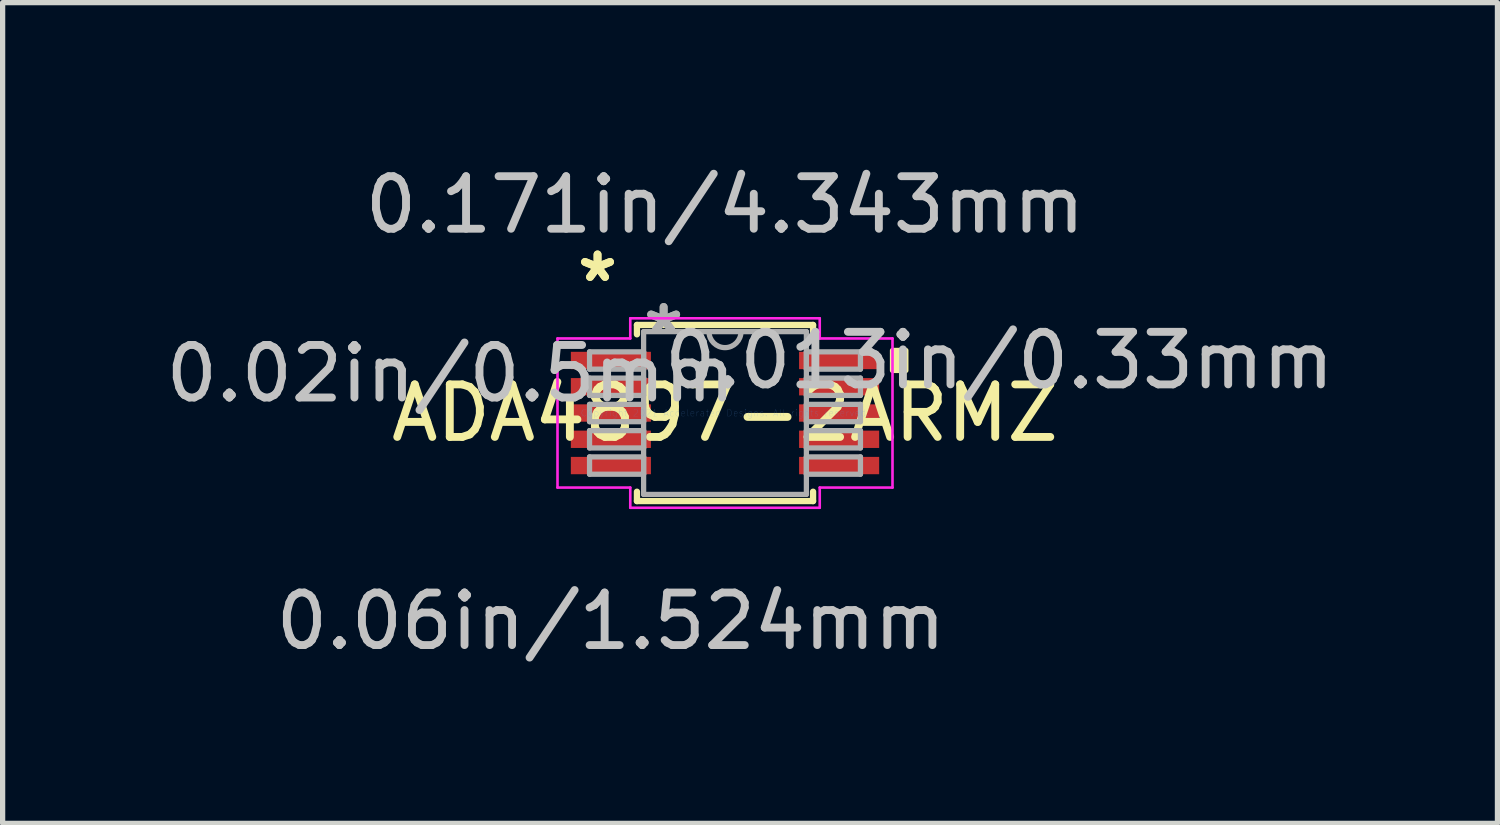
<source format=kicad_pcb>
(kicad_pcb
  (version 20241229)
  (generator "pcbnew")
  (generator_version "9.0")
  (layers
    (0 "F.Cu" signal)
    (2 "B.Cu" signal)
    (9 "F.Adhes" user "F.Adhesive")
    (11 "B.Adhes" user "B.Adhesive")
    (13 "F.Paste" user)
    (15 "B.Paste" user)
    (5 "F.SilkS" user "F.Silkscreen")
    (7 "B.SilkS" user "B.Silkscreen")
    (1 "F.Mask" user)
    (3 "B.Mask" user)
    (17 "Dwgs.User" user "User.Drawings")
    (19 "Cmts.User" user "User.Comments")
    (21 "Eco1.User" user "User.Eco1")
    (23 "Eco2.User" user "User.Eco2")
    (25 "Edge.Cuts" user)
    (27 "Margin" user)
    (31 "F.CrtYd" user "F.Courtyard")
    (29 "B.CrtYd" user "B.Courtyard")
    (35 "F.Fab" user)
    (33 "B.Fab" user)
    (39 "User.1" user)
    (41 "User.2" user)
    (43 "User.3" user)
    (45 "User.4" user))
  (footprint "ADA4897-2ARMZ"
    (layer "F.Cu")
    (at 10.749 4.811)
    (property "Reference" "ADA4897-2ARMZ" (at 0 0 0) (layer "F.SilkS") (effects (font (size 1 1) (thickness 0.15))))
    (attr through_hole)
    (fp_line (start -1.676 -1.676) (end -1.676 -1.498) (stroke (width 0.12) (type solid)) (layer "F.SilkS"))
    (fp_line (start -1.676 1.498) (end -1.676 1.676) (stroke (width 0.12) (type solid)) (layer "F.SilkS"))
    (fp_line (start -1.676 1.676) (end 1.676 1.676) (stroke (width 0.12) (type solid)) (layer "F.SilkS"))
    (fp_line (start 1.676 -1.676) (end -1.676 -1.676) (stroke (width 0.12) (type solid)) (layer "F.SilkS"))
    (fp_line (start 1.676 -1.498) (end 1.676 -1.676) (stroke (width 0.12) (type solid)) (layer "F.SilkS"))
    (fp_line (start 1.676 1.676) (end 1.676 1.498) (stroke (width 0.12) (type solid)) (layer "F.SilkS"))
    (fp_poly (pts (xy 3.442 -1.191) (xy 3.442 -0.81) (xy 3.188 -0.81) (xy 3.188 -1.191)) (stroke (width 0.1) (type solid)) (fill yes) (layer "F.SilkS"))
    (fp_line (start -3.188 -1.419) (end -1.803 -1.419) (stroke (width 0.05) (type solid)) (layer "F.CrtYd"))
    (fp_line (start -3.188 1.419) (end -3.188 -1.419) (stroke (width 0.05) (type solid)) (layer "F.CrtYd"))
    (fp_line (start -1.803 -1.803) (end 1.803 -1.803) (stroke (width 0.05) (type solid)) (layer "F.CrtYd"))
    (fp_line (start -1.803 -1.419) (end -1.803 -1.803) (stroke (width 0.05) (type solid)) (layer "F.CrtYd"))
    (fp_line (start -1.803 1.419) (end -3.188 1.419) (stroke (width 0.05) (type solid)) (layer "F.CrtYd"))
    (fp_line (start -1.803 1.803) (end -1.803 1.419) (stroke (width 0.05) (type solid)) (layer "F.CrtYd"))
    (fp_line (start 1.803 -1.803) (end 1.803 -1.419) (stroke (width 0.05) (type solid)) (layer "F.CrtYd"))
    (fp_line (start 1.803 -1.419) (end 3.188 -1.419) (stroke (width 0.05) (type solid)) (layer "F.CrtYd"))
    (fp_line (start 1.803 1.419) (end 1.803 1.803) (stroke (width 0.05) (type solid)) (layer "F.CrtYd"))
    (fp_line (start 1.803 1.803) (end -1.803 1.803) (stroke (width 0.05) (type solid)) (layer "F.CrtYd"))
    (fp_line (start 3.188 -1.419) (end 3.188 1.419) (stroke (width 0.05) (type solid)) (layer "F.CrtYd"))
    (fp_line (start 3.188 1.419) (end 1.803 1.419) (stroke (width 0.05) (type solid)) (layer "F.CrtYd"))
    (fp_line (start -2.578 -1.165) (end -2.578 -0.835) (stroke (width 0.1) (type solid)) (layer "F.Fab"))
    (fp_line (start -2.578 -0.835) (end -1.549 -0.835) (stroke (width 0.1) (type solid)) (layer "F.Fab"))
    (fp_line (start -2.578 -0.665) (end -2.578 -0.335) (stroke (width 0.1) (type solid)) (layer "F.Fab"))
    (fp_line (start -2.578 -0.335) (end -1.549 -0.335) (stroke (width 0.1) (type solid)) (layer "F.Fab"))
    (fp_line (start -2.578 -0.165) (end -2.578 0.165) (stroke (width 0.1) (type solid)) (layer "F.Fab"))
    (fp_line (start -2.578 0.165) (end -1.549 0.165) (stroke (width 0.1) (type solid)) (layer "F.Fab"))
    (fp_line (start -2.578 0.335) (end -2.578 0.665) (stroke (width 0.1) (type solid)) (layer "F.Fab"))
    (fp_line (start -2.578 0.665) (end -1.549 0.665) (stroke (width 0.1) (type solid)) (layer "F.Fab"))
    (fp_line (start -2.578 0.835) (end -2.578 1.165) (stroke (width 0.1) (type solid)) (layer "F.Fab"))
    (fp_line (start -2.578 1.165) (end -1.549 1.165) (stroke (width 0.1) (type solid)) (layer "F.Fab"))
    (fp_line (start -1.549 -1.549) (end -1.549 1.549) (stroke (width 0.1) (type solid)) (layer "F.Fab"))
    (fp_line (start -1.549 -1.165) (end -2.578 -1.165) (stroke (width 0.1) (type solid)) (layer "F.Fab"))
    (fp_line (start -1.549 -0.835) (end -1.549 -1.165) (stroke (width 0.1) (type solid)) (layer "F.Fab"))
    (fp_line (start -1.549 -0.665) (end -2.578 -0.665) (stroke (width 0.1) (type solid)) (layer "F.Fab"))
    (fp_line (start -1.549 -0.335) (end -1.549 -0.665) (stroke (width 0.1) (type solid)) (layer "F.Fab"))
    (fp_line (start -1.549 -0.165) (end -2.578 -0.165) (stroke (width 0.1) (type solid)) (layer "F.Fab"))
    (fp_line (start -1.549 0.165) (end -1.549 -0.165) (stroke (width 0.1) (type solid)) (layer "F.Fab"))
    (fp_line (start -1.549 0.335) (end -2.578 0.335) (stroke (width 0.1) (type solid)) (layer "F.Fab"))
    (fp_line (start -1.549 0.665) (end -1.549 0.335) (stroke (width 0.1) (type solid)) (layer "F.Fab"))
    (fp_line (start -1.549 0.835) (end -2.578 0.835) (stroke (width 0.1) (type solid)) (layer "F.Fab"))
    (fp_line (start -1.549 1.165) (end -1.549 0.835) (stroke (width 0.1) (type solid)) (layer "F.Fab"))
    (fp_line (start -1.549 1.549) (end 1.549 1.549) (stroke (width 0.1) (type solid)) (layer "F.Fab"))
    (fp_line (start 1.549 -1.549) (end -1.549 -1.549) (stroke (width 0.1) (type solid)) (layer "F.Fab"))
    (fp_line (start 1.549 -1.165) (end 1.549 -0.835) (stroke (width 0.1) (type solid)) (layer "F.Fab"))
    (fp_line (start 1.549 -0.835) (end 2.578 -0.835) (stroke (width 0.1) (type solid)) (layer "F.Fab"))
    (fp_line (start 1.549 -0.665) (end 1.549 -0.335) (stroke (width 0.1) (type solid)) (layer "F.Fab"))
    (fp_line (start 1.549 -0.335) (end 2.578 -0.335) (stroke (width 0.1) (type solid)) (layer "F.Fab"))
    (fp_line (start 1.549 -0.165) (end 1.549 0.165) (stroke (width 0.1) (type solid)) (layer "F.Fab"))
    (fp_line (start 1.549 0.165) (end 2.578 0.165) (stroke (width 0.1) (type solid)) (layer "F.Fab"))
    (fp_line (start 1.549 0.335) (end 1.549 0.665) (stroke (width 0.1) (type solid)) (layer "F.Fab"))
    (fp_line (start 1.549 0.665) (end 2.578 0.665) (stroke (width 0.1) (type solid)) (layer "F.Fab"))
    (fp_line (start 1.549 0.835) (end 1.549 1.165) (stroke (width 0.1) (type solid)) (layer "F.Fab"))
    (fp_line (start 1.549 1.165) (end 2.578 1.165) (stroke (width 0.1) (type solid)) (layer "F.Fab"))
    (fp_line (start 1.549 1.549) (end 1.549 -1.549) (stroke (width 0.1) (type solid)) (layer "F.Fab"))
    (fp_line (start 2.578 -1.165) (end 1.549 -1.165) (stroke (width 0.1) (type solid)) (layer "F.Fab"))
    (fp_line (start 2.578 -0.835) (end 2.578 -1.165) (stroke (width 0.1) (type solid)) (layer "F.Fab"))
    (fp_line (start 2.578 -0.665) (end 1.549 -0.665) (stroke (width 0.1) (type solid)) (layer "F.Fab"))
    (fp_line (start 2.578 -0.335) (end 2.578 -0.665) (stroke (width 0.1) (type solid)) (layer "F.Fab"))
    (fp_line (start 2.578 -0.165) (end 1.549 -0.165) (stroke (width 0.1) (type solid)) (layer "F.Fab"))
    (fp_line (start 2.578 0.165) (end 2.578 -0.165) (stroke (width 0.1) (type solid)) (layer "F.Fab"))
    (fp_line (start 2.578 0.335) (end 1.549 0.335) (stroke (width 0.1) (type solid)) (layer "F.Fab"))
    (fp_line (start 2.578 0.665) (end 2.578 0.335) (stroke (width 0.1) (type solid)) (layer "F.Fab"))
    (fp_line (start 2.578 0.835) (end 1.549 0.835) (stroke (width 0.1) (type solid)) (layer "F.Fab"))
    (fp_line (start 2.578 1.165) (end 2.578 0.835) (stroke (width 0.1) (type solid)) (layer "F.Fab"))
    (fp_arc (start 0.3048 -1.5494) (mid 0 -1.2446) (end -0.3048 -1.5494) (stroke (width 0.1) (type solid)) (layer "F.Fab"))
    (fp_text user "*" (at -2.426 -2.473 0) (layer "F.SilkS") (effects (font (size 1 1) (thickness 0.15))))
    (fp_text user "*" (at -2.426 -2.473 0) (layer "F.SilkS") (effects (font (size 1 1) (thickness 0.15))))
    (fp_text user "0.171in/4.343mm" (at 0 -3.962 0) (layer "Dwgs.User") (effects (font (size 1 1) (thickness 0.15))))
    (fp_text user "0.013in/0.33mm" (at 5.22 -1 0) (layer "Dwgs.User") (effects (font (size 1 1) (thickness 0.15))))
    (fp_text user "0.02in/0.5mm" (at -5.22 -0.75 0) (layer "Dwgs.User") (effects (font (size 1 1) (thickness 0.15))))
    (fp_text user "0.06in/1.524mm" (at -2.172 3.962 0) (layer "Dwgs.User") (effects (font (size 1 1) (thickness 0.15))))
    (fp_text user "Copyright 2021 Accelerated Designs. All rights reserved." (at 0 0 0) (layer "Cmts.User") (effects (font (size 0.127 0.127) (thickness 0.002))))
    (fp_text user "*" (at -1.168 -1.473 0) (layer "F.Fab") (effects (font (size 1 1) (thickness 0.15))))
    (fp_text user "*" (at -1.168 -1.473 0) (layer "F.Fab") (effects (font (size 1 1) (thickness 0.15))))
    (pad "1" smd rect (at -2.172 -1) (size 1.524 0.33) (layers "F.Cu" "F.Mask" "F.Paste"))
    (pad "2" smd rect (at -2.172 -0.5) (size 1.524 0.33) (layers "F.Cu" "F.Mask" "F.Paste"))
    (pad "3" smd rect (at -2.172 0) (size 1.524 0.33) (layers "F.Cu" "F.Mask" "F.Paste"))
    (pad "4" smd rect (at -2.172 0.5) (size 1.524 0.33) (layers "F.Cu" "F.Mask" "F.Paste"))
    (pad "5" smd rect (at -2.172 1) (size 1.524 0.33) (layers "F.Cu" "F.Mask" "F.Paste"))
    (pad "6" smd rect (at 2.172 1) (size 1.524 0.33) (layers "F.Cu" "F.Mask" "F.Paste"))
    (pad "7" smd rect (at 2.172 0.5) (size 1.524 0.33) (layers "F.Cu" "F.Mask" "F.Paste"))
    (pad "8" smd rect (at 2.172 0) (size 1.524 0.33) (layers "F.Cu" "F.Mask" "F.Paste"))
    (pad "9" smd rect (at 2.172 -0.5) (size 1.524 0.33) (layers "F.Cu" "F.Mask" "F.Paste"))
    (pad "10" smd rect (at 2.172 -1) (size 1.524 0.33) (layers "F.Cu" "F.Mask" "F.Paste")))
  (gr_rect
    (start -3 -3)
    (end 25.451 12.621)
    (stroke (width 0.1) (type default))
    (fill no)
    (layer "Edge.Cuts")))
</source>
